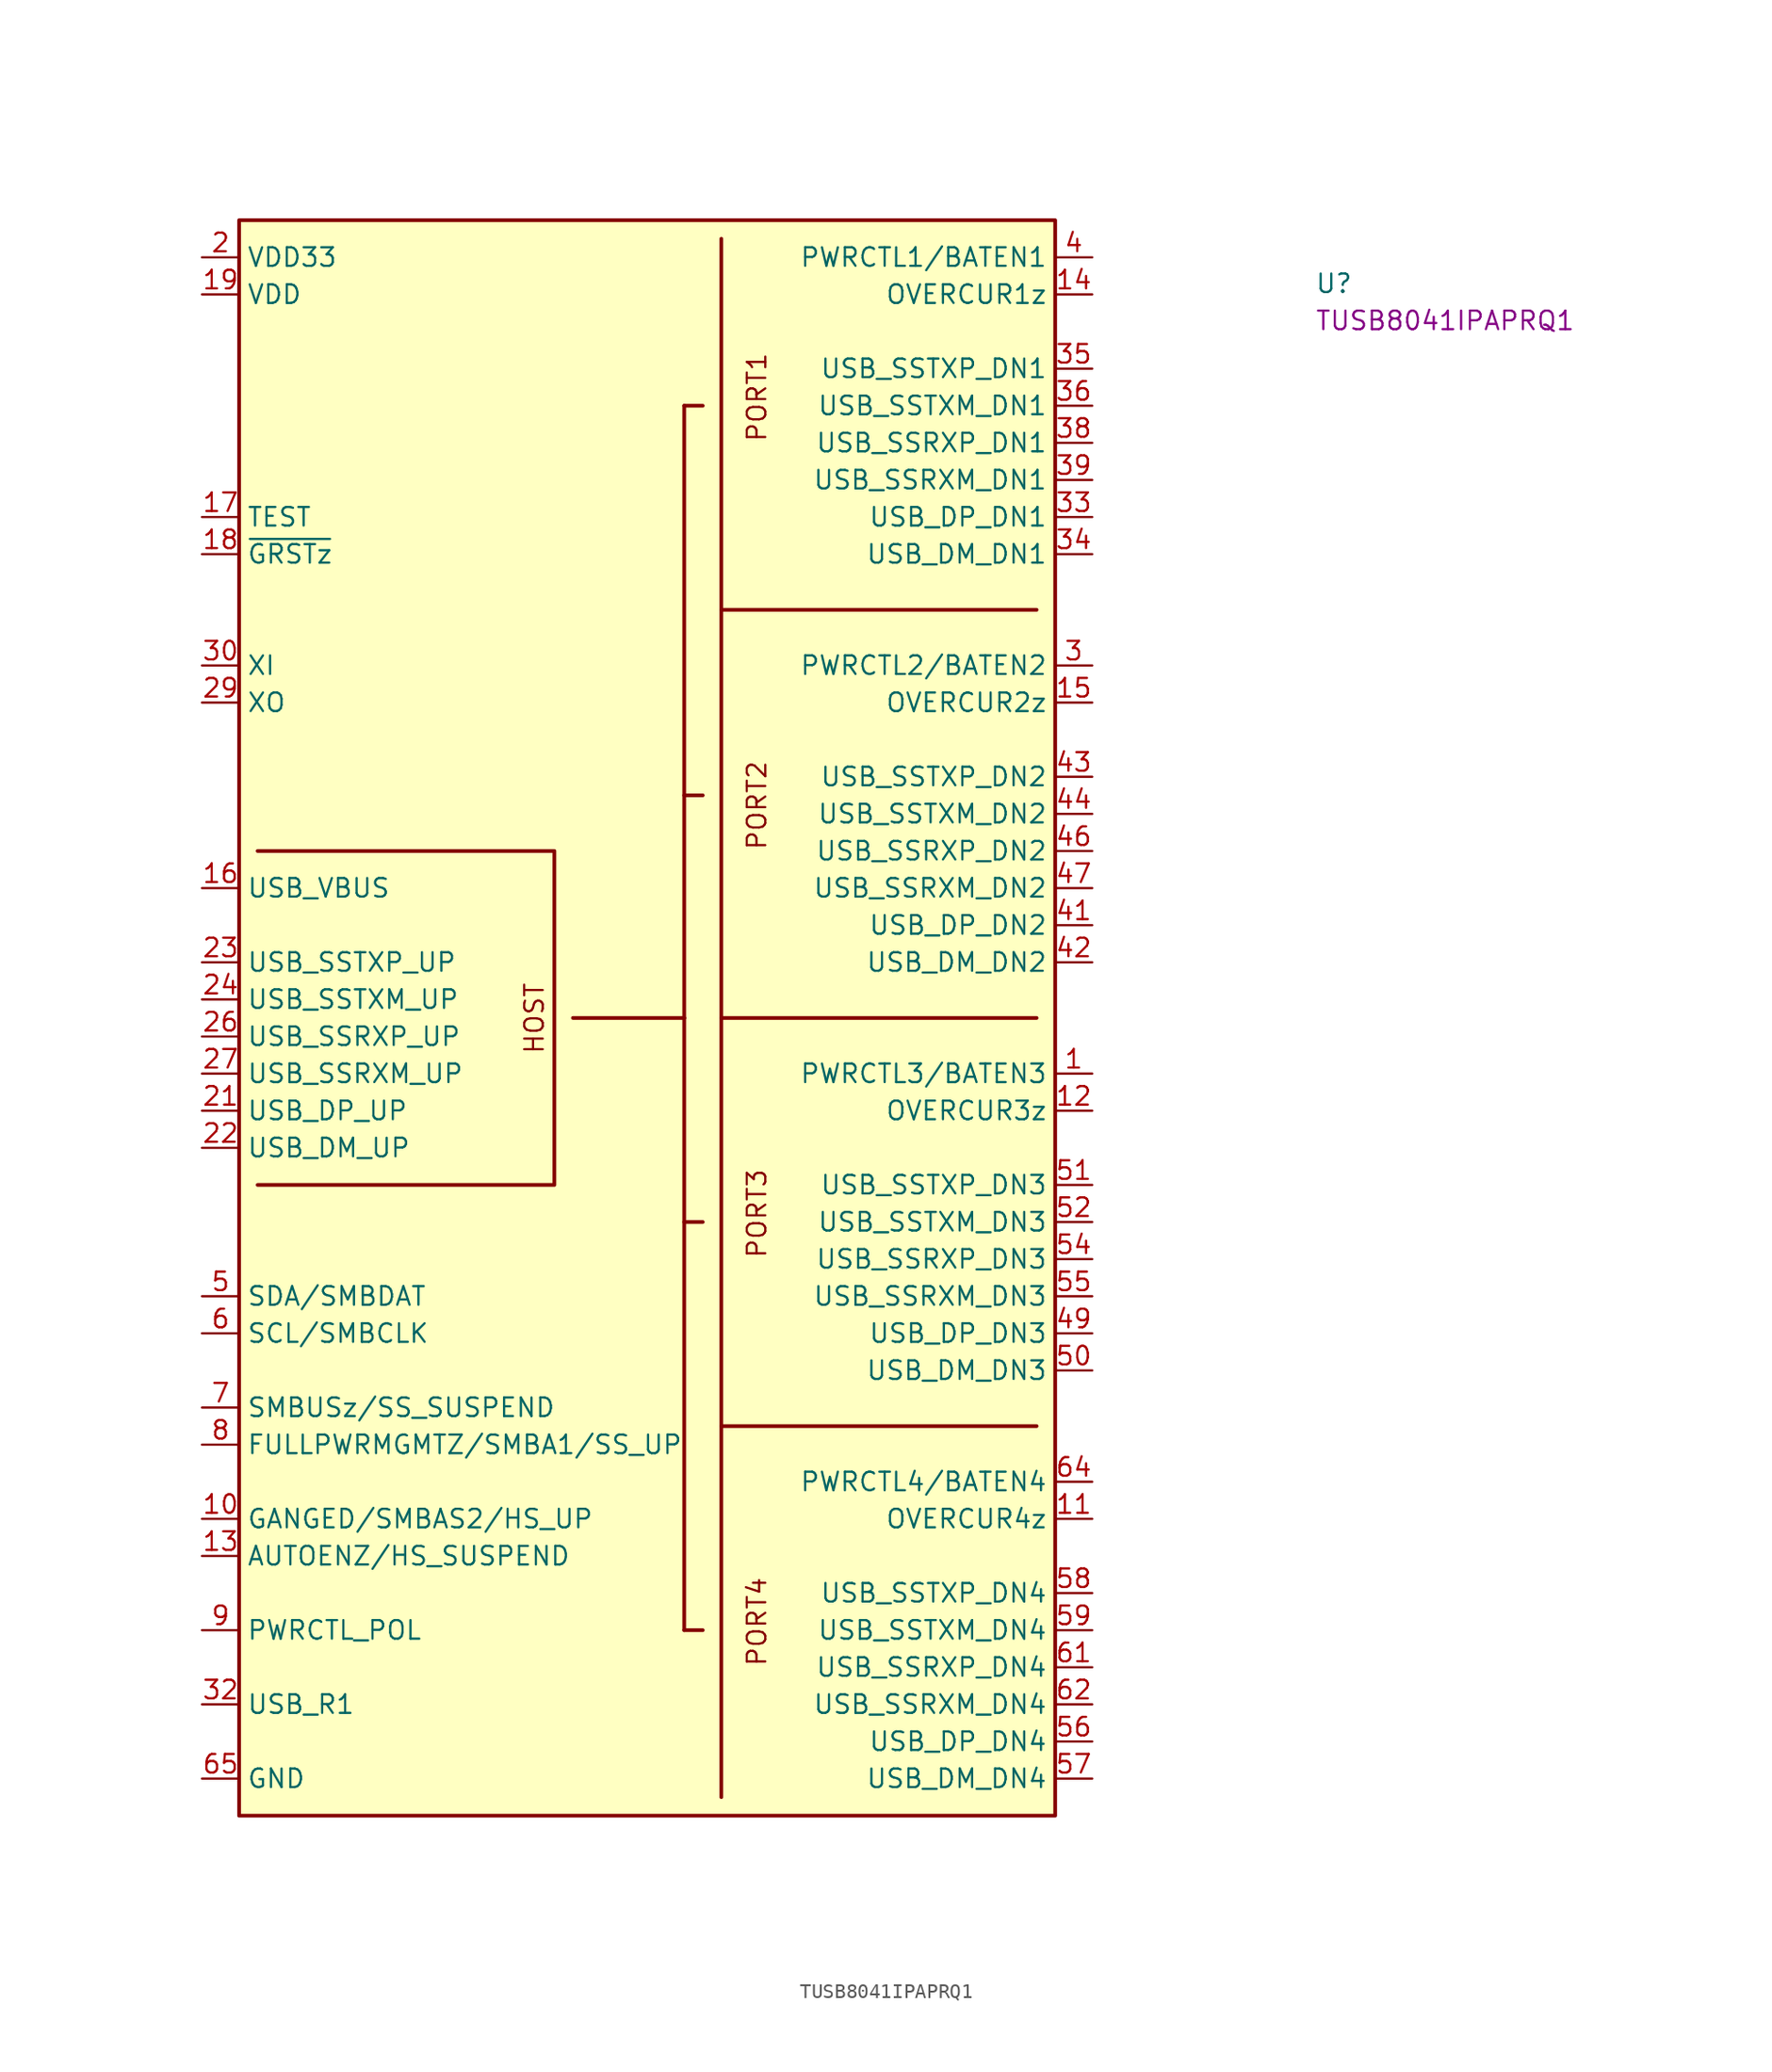
<source format=kicad_sym>
(kicad_symbol_lib
  (version 20220914)
  (generator kicad_symbol_editor)
  (symbol "TUSB8041IPAPRQ1"
    (property "Reference" "U"
      (at 76.2 -2.54 0)
      (effects (font (size 1.27 1.27) (thickness 0.15)) (justify left bottom)))
    (property "MPN" "TUSB8041IPAPRQ1"
      (at 76.2 -5.08 0)
      (effects (font (size 1.27 1.27) (thickness 0.15)) (justify left bottom)))
    (symbol "TUSB8041IPAPRQ1_1_1"
      (polyline (pts (xy 25.4 -52.07) (xy 33.02 -52.07)) (stroke (width 0.254) (type default)) (fill (type background)))
      (polyline (pts (xy 33.02 -93.98) (xy 34.29 -93.98)) (stroke (width 0.254) (type default)) (fill (type background)))
      (polyline (pts (xy 33.02 -66.04) (xy 34.29 -66.04)) (stroke (width 0.254) (type default)) (fill (type background)))
      (polyline (pts (xy 33.02 -52.07) (xy 33.02 -93.98)) (stroke (width 0.254) (type default)) (fill (type background)))
      (polyline (pts (xy 33.02 -52.07) (xy 33.02 -10.16)) (stroke (width 0.254) (type default)) (fill (type background)))
      (polyline (pts (xy 33.02 -36.83) (xy 34.29 -36.83)) (stroke (width 0.254) (type default)) (fill (type background)))
      (polyline (pts (xy 33.02 -10.16) (xy 34.29 -10.16)) (stroke (width 0.254) (type default)) (fill (type background)))
      (polyline (pts (xy 35.56 -52.07) (xy 57.15 -52.07)) (stroke (width 0.254) (type default)) (fill (type background)))
      (polyline (pts (xy 35.56 -24.13) (xy 57.15 -24.13)) (stroke (width 0.254) (type default)) (fill (type background)))
      (polyline (pts (xy 35.56 1.27) (xy 35.56 -105.41)) (stroke (width 0.254) (type default)) (fill (type background)))
      (polyline (pts (xy 57.15 -80.01) (xy 35.56 -80.01)) (stroke (width 0.254) (type default)) (fill (type background)))
      (polyline (pts (xy 3.81 -40.64) (xy 24.13 -40.64) (xy 24.13 -63.5) (xy 3.81 -63.5)) (stroke (width 0.254) (type default)) (fill (type background)))
      (rectangle (start 2.54 2.54) (end 58.42 -106.68) (stroke (width 0.254) (type default)) (fill (type background)))
      (text "HOST" (at 23.495 -54.61 900) (effects (font (size 1.27 1.27) (thickness 0.15)) (justify left bottom)))
      (text "PORT1" (at 38.735 -12.7 900) (effects (font (size 1.27 1.27) (thickness 0.15)) (justify left bottom)))
      (text "PORT2" (at 38.735 -40.64 900) (effects (font (size 1.27 1.27) (thickness 0.15)) (justify left bottom)))
      (text "PORT3" (at 38.735 -68.58 900) (effects (font (size 1.27 1.27) (thickness 0.15)) (justify left bottom)))
      (text "PORT4" (at 38.735 -96.52 900) (effects (font (size 1.27 1.27) (thickness 0.15)) (justify left bottom)))
      (pin passive line (at 60.96 -55.88 180) (length 2.54) (name "PWRCTL3/BATEN3" (effects (font (size 1.27 1.27)))) (number "1" (effects (font (size 1.27 1.27)))))
      (pin bidirectional line (at 0 -86.36 0) (length 2.54) (name "GANGED/SMBAS2/HS_UP" (effects (font (size 1.27 1.27)))) (number "10" (effects (font (size 1.27 1.27)))))
      (pin passive line (at 60.96 -86.36 180) (length 2.54) (name "OVERCUR4z" (effects (font (size 1.27 1.27)))) (number "11" (effects (font (size 1.27 1.27)))))
      (pin passive line (at 60.96 -58.42 180) (length 2.54) (name "OVERCUR3z" (effects (font (size 1.27 1.27)))) (number "12" (effects (font (size 1.27 1.27)))))
      (pin bidirectional line (at 0 -88.9 0) (length 2.54) (name "AUTOENZ/HS_SUSPEND" (effects (font (size 1.27 1.27)))) (number "13" (effects (font (size 1.27 1.27)))))
      (pin passive line (at 60.96 -2.54 180) (length 2.54) (name "OVERCUR1z" (effects (font (size 1.27 1.27)))) (number "14" (effects (font (size 1.27 1.27)))))
      (pin passive line (at 60.96 -30.48 180) (length 2.54) (name "OVERCUR2z" (effects (font (size 1.27 1.27)))) (number "15" (effects (font (size 1.27 1.27)))))
      (pin passive line (at 0 -43.18 0) (length 2.54) (name "USB_VBUS" (effects (font (size 1.27 1.27)))) (number "16" (effects (font (size 1.27 1.27)))))
      (pin input line (at 0 -17.78 0) (length 2.54) (name "TEST" (effects (font (size 1.27 1.27)))) (number "17" (effects (font (size 1.27 1.27)))))
      (pin input line (at 0 -20.32 0) (length 2.54) (name "~{GRSTz}" (effects (font (size 1.27 1.27)))) (number "18" (effects (font (size 1.27 1.27)))))
      (pin power_in line (at 0 -2.54 0) (length 2.54) (name "VDD" (effects (font (size 1.27 1.27)))) (number "19" (effects (font (size 1.27 1.27)))))
      (pin power_in line (at 0 0 0) (length 2.54) (name "VDD33" (effects (font (size 1.27 1.27)))) (number "2" (effects (font (size 1.27 1.27)))))
      (pin passive line (at 0 0 0) (length 2.54) hide (name "VDD33" (effects (font (size 1.27 1.27)))) (number "20" (effects (font (size 1.27 1.27)))))
      (pin passive line (at 0 -58.42 0) (length 2.54) (name "USB_DP_UP" (effects (font (size 1.27 1.27)))) (number "21" (effects (font (size 1.27 1.27)))))
      (pin passive line (at 0 -60.96 0) (length 2.54) (name "USB_DM_UP" (effects (font (size 1.27 1.27)))) (number "22" (effects (font (size 1.27 1.27)))))
      (pin passive line (at 0 -48.26 0) (length 2.54) (name "USB_SSTXP_UP" (effects (font (size 1.27 1.27)))) (number "23" (effects (font (size 1.27 1.27)))))
      (pin passive line (at 0 -50.8 0) (length 2.54) (name "USB_SSTXM_UP" (effects (font (size 1.27 1.27)))) (number "24" (effects (font (size 1.27 1.27)))))
      (pin passive line (at 0 -2.54 0) (length 2.54) hide (name "VDD" (effects (font (size 1.27 1.27)))) (number "25" (effects (font (size 1.27 1.27)))))
      (pin passive line (at 0 -53.34 0) (length 2.54) (name "USB_SSRXP_UP" (effects (font (size 1.27 1.27)))) (number "26" (effects (font (size 1.27 1.27)))))
      (pin passive line (at 0 -55.88 0) (length 2.54) (name "USB_SSRXM_UP" (effects (font (size 1.27 1.27)))) (number "27" (effects (font (size 1.27 1.27)))))
      (pin no_connect line (at 2.54 -5.08 0) (length 2.54) hide (name "NC" (effects (font (size 1.27 1.27)))) (number "28" (effects (font (size 1.27 1.27)))))
      (pin passive line (at 0 -30.48 0) (length 2.54) (name "XO" (effects (font (size 1.27 1.27)))) (number "29" (effects (font (size 1.27 1.27)))))
      (pin passive line (at 60.96 -27.94 180) (length 2.54) (name "PWRCTL2/BATEN2" (effects (font (size 1.27 1.27)))) (number "3" (effects (font (size 1.27 1.27)))))
      (pin passive line (at 0 -27.94 0) (length 2.54) (name "XI" (effects (font (size 1.27 1.27)))) (number "30" (effects (font (size 1.27 1.27)))))
      (pin passive line (at 0 0 0) (length 2.54) hide (name "VDD33" (effects (font (size 1.27 1.27)))) (number "31" (effects (font (size 1.27 1.27)))))
      (pin input line (at 0 -99.06 0) (length 2.54) (name "USB_R1" (effects (font (size 1.27 1.27)))) (number "32" (effects (font (size 1.27 1.27)))))
      (pin passive line (at 60.96 -17.78 180) (length 2.54) (name "USB_DP_DN1" (effects (font (size 1.27 1.27)))) (number "33" (effects (font (size 1.27 1.27)))))
      (pin passive line (at 60.96 -20.32 180) (length 2.54) (name "USB_DM_DN1" (effects (font (size 1.27 1.27)))) (number "34" (effects (font (size 1.27 1.27)))))
      (pin passive line (at 60.96 -7.62 180) (length 2.54) (name "USB_SSTXP_DN1" (effects (font (size 1.27 1.27)))) (number "35" (effects (font (size 1.27 1.27)))))
      (pin passive line (at 60.96 -10.16 180) (length 2.54) (name "USB_SSTXM_DN1" (effects (font (size 1.27 1.27)))) (number "36" (effects (font (size 1.27 1.27)))))
      (pin passive line (at 0 -2.54 0) (length 2.54) hide (name "VDD" (effects (font (size 1.27 1.27)))) (number "37" (effects (font (size 1.27 1.27)))))
      (pin passive line (at 60.96 -12.7 180) (length 2.54) (name "USB_SSRXP_DN1" (effects (font (size 1.27 1.27)))) (number "38" (effects (font (size 1.27 1.27)))))
      (pin passive line (at 60.96 -15.24 180) (length 2.54) (name "USB_SSRXM_DN1" (effects (font (size 1.27 1.27)))) (number "39" (effects (font (size 1.27 1.27)))))
      (pin passive line (at 60.96 0 180) (length 2.54) (name "PWRCTL1/BATEN1" (effects (font (size 1.27 1.27)))) (number "4" (effects (font (size 1.27 1.27)))))
      (pin no_connect line (at 2.54 -7.62 0) (length 2.54) hide (name "NC" (effects (font (size 1.27 1.27)))) (number "40" (effects (font (size 1.27 1.27)))))
      (pin passive line (at 60.96 -45.72 180) (length 2.54) (name "USB_DP_DN2" (effects (font (size 1.27 1.27)))) (number "41" (effects (font (size 1.27 1.27)))))
      (pin passive line (at 60.96 -48.26 180) (length 2.54) (name "USB_DM_DN2" (effects (font (size 1.27 1.27)))) (number "42" (effects (font (size 1.27 1.27)))))
      (pin passive line (at 60.96 -35.56 180) (length 2.54) (name "USB_SSTXP_DN2" (effects (font (size 1.27 1.27)))) (number "43" (effects (font (size 1.27 1.27)))))
      (pin passive line (at 60.96 -38.1 180) (length 2.54) (name "USB_SSTXM_DN2" (effects (font (size 1.27 1.27)))) (number "44" (effects (font (size 1.27 1.27)))))
      (pin passive line (at 0 -2.54 0) (length 2.54) hide (name "VDD" (effects (font (size 1.27 1.27)))) (number "45" (effects (font (size 1.27 1.27)))))
      (pin passive line (at 60.96 -40.64 180) (length 2.54) (name "USB_SSRXP_DN2" (effects (font (size 1.27 1.27)))) (number "46" (effects (font (size 1.27 1.27)))))
      (pin passive line (at 60.96 -43.18 180) (length 2.54) (name "USB_SSRXM_DN2" (effects (font (size 1.27 1.27)))) (number "47" (effects (font (size 1.27 1.27)))))
      (pin passive line (at 0 0 0) (length 2.54) hide (name "VDD33" (effects (font (size 1.27 1.27)))) (number "48" (effects (font (size 1.27 1.27)))))
      (pin passive line (at 60.96 -73.66 180) (length 2.54) (name "USB_DP_DN3" (effects (font (size 1.27 1.27)))) (number "49" (effects (font (size 1.27 1.27)))))
      (pin bidirectional line (at 0 -71.12 0) (length 2.54) (name "SDA/SMBDAT" (effects (font (size 1.27 1.27)))) (number "5" (effects (font (size 1.27 1.27)))))
      (pin passive line (at 60.96 -76.2 180) (length 2.54) (name "USB_DM_DN3" (effects (font (size 1.27 1.27)))) (number "50" (effects (font (size 1.27 1.27)))))
      (pin passive line (at 60.96 -63.5 180) (length 2.54) (name "USB_SSTXP_DN3" (effects (font (size 1.27 1.27)))) (number "51" (effects (font (size 1.27 1.27)))))
      (pin passive line (at 60.96 -66.04 180) (length 2.54) (name "USB_SSTXM_DN3" (effects (font (size 1.27 1.27)))) (number "52" (effects (font (size 1.27 1.27)))))
      (pin passive line (at 0 -2.54 0) (length 2.54) hide (name "VDD" (effects (font (size 1.27 1.27)))) (number "53" (effects (font (size 1.27 1.27)))))
      (pin passive line (at 60.96 -68.58 180) (length 2.54) (name "USB_SSRXP_DN3" (effects (font (size 1.27 1.27)))) (number "54" (effects (font (size 1.27 1.27)))))
      (pin passive line (at 60.96 -71.12 180) (length 2.54) (name "USB_SSRXM_DN3" (effects (font (size 1.27 1.27)))) (number "55" (effects (font (size 1.27 1.27)))))
      (pin passive line (at 60.96 -101.6 180) (length 2.54) (name "USB_DP_DN4" (effects (font (size 1.27 1.27)))) (number "56" (effects (font (size 1.27 1.27)))))
      (pin passive line (at 60.96 -104.14 180) (length 2.54) (name "USB_DM_DN4" (effects (font (size 1.27 1.27)))) (number "57" (effects (font (size 1.27 1.27)))))
      (pin passive line (at 60.96 -91.44 180) (length 2.54) (name "USB_SSTXP_DN4" (effects (font (size 1.27 1.27)))) (number "58" (effects (font (size 1.27 1.27)))))
      (pin passive line (at 60.96 -93.98 180) (length 2.54) (name "USB_SSTXM_DN4" (effects (font (size 1.27 1.27)))) (number "59" (effects (font (size 1.27 1.27)))))
      (pin bidirectional line (at 0 -73.66 0) (length 2.54) (name "SCL/SMBCLK" (effects (font (size 1.27 1.27)))) (number "6" (effects (font (size 1.27 1.27)))))
      (pin passive line (at 0 -2.54 0) (length 2.54) hide (name "VDD" (effects (font (size 1.27 1.27)))) (number "60" (effects (font (size 1.27 1.27)))))
      (pin passive line (at 60.96 -96.52 180) (length 2.54) (name "USB_SSRXP_DN4" (effects (font (size 1.27 1.27)))) (number "61" (effects (font (size 1.27 1.27)))))
      (pin passive line (at 60.96 -99.06 180) (length 2.54) (name "USB_SSRXM_DN4" (effects (font (size 1.27 1.27)))) (number "62" (effects (font (size 1.27 1.27)))))
      (pin passive line (at 0 -2.54 0) (length 2.54) hide (name "VDD" (effects (font (size 1.27 1.27)))) (number "63" (effects (font (size 1.27 1.27)))))
      (pin passive line (at 60.96 -83.82 180) (length 2.54) (name "PWRCTL4/BATEN4" (effects (font (size 1.27 1.27)))) (number "64" (effects (font (size 1.27 1.27)))))
      (pin power_in line (at 0 -104.14 0) (length 2.54) (name "GND" (effects (font (size 1.27 1.27)))) (number "65" (effects (font (size 1.27 1.27)))))
      (pin bidirectional line (at 0 -78.74 0) (length 2.54) (name "SMBUSz/SS_SUSPEND" (effects (font (size 1.27 1.27)))) (number "7" (effects (font (size 1.27 1.27)))))
      (pin bidirectional line (at 0 -81.28 0) (length 2.54) (name "FULLPWRMGMTZ/SMBA1/SS_UP" (effects (font (size 1.27 1.27)))) (number "8" (effects (font (size 1.27 1.27)))))
      (pin bidirectional line (at 0 -93.98 0) (length 2.54) (name "PWRCTL_POL" (effects (font (size 1.27 1.27)))) (number "9" (effects (font (size 1.27 1.27))))))))
</source>
